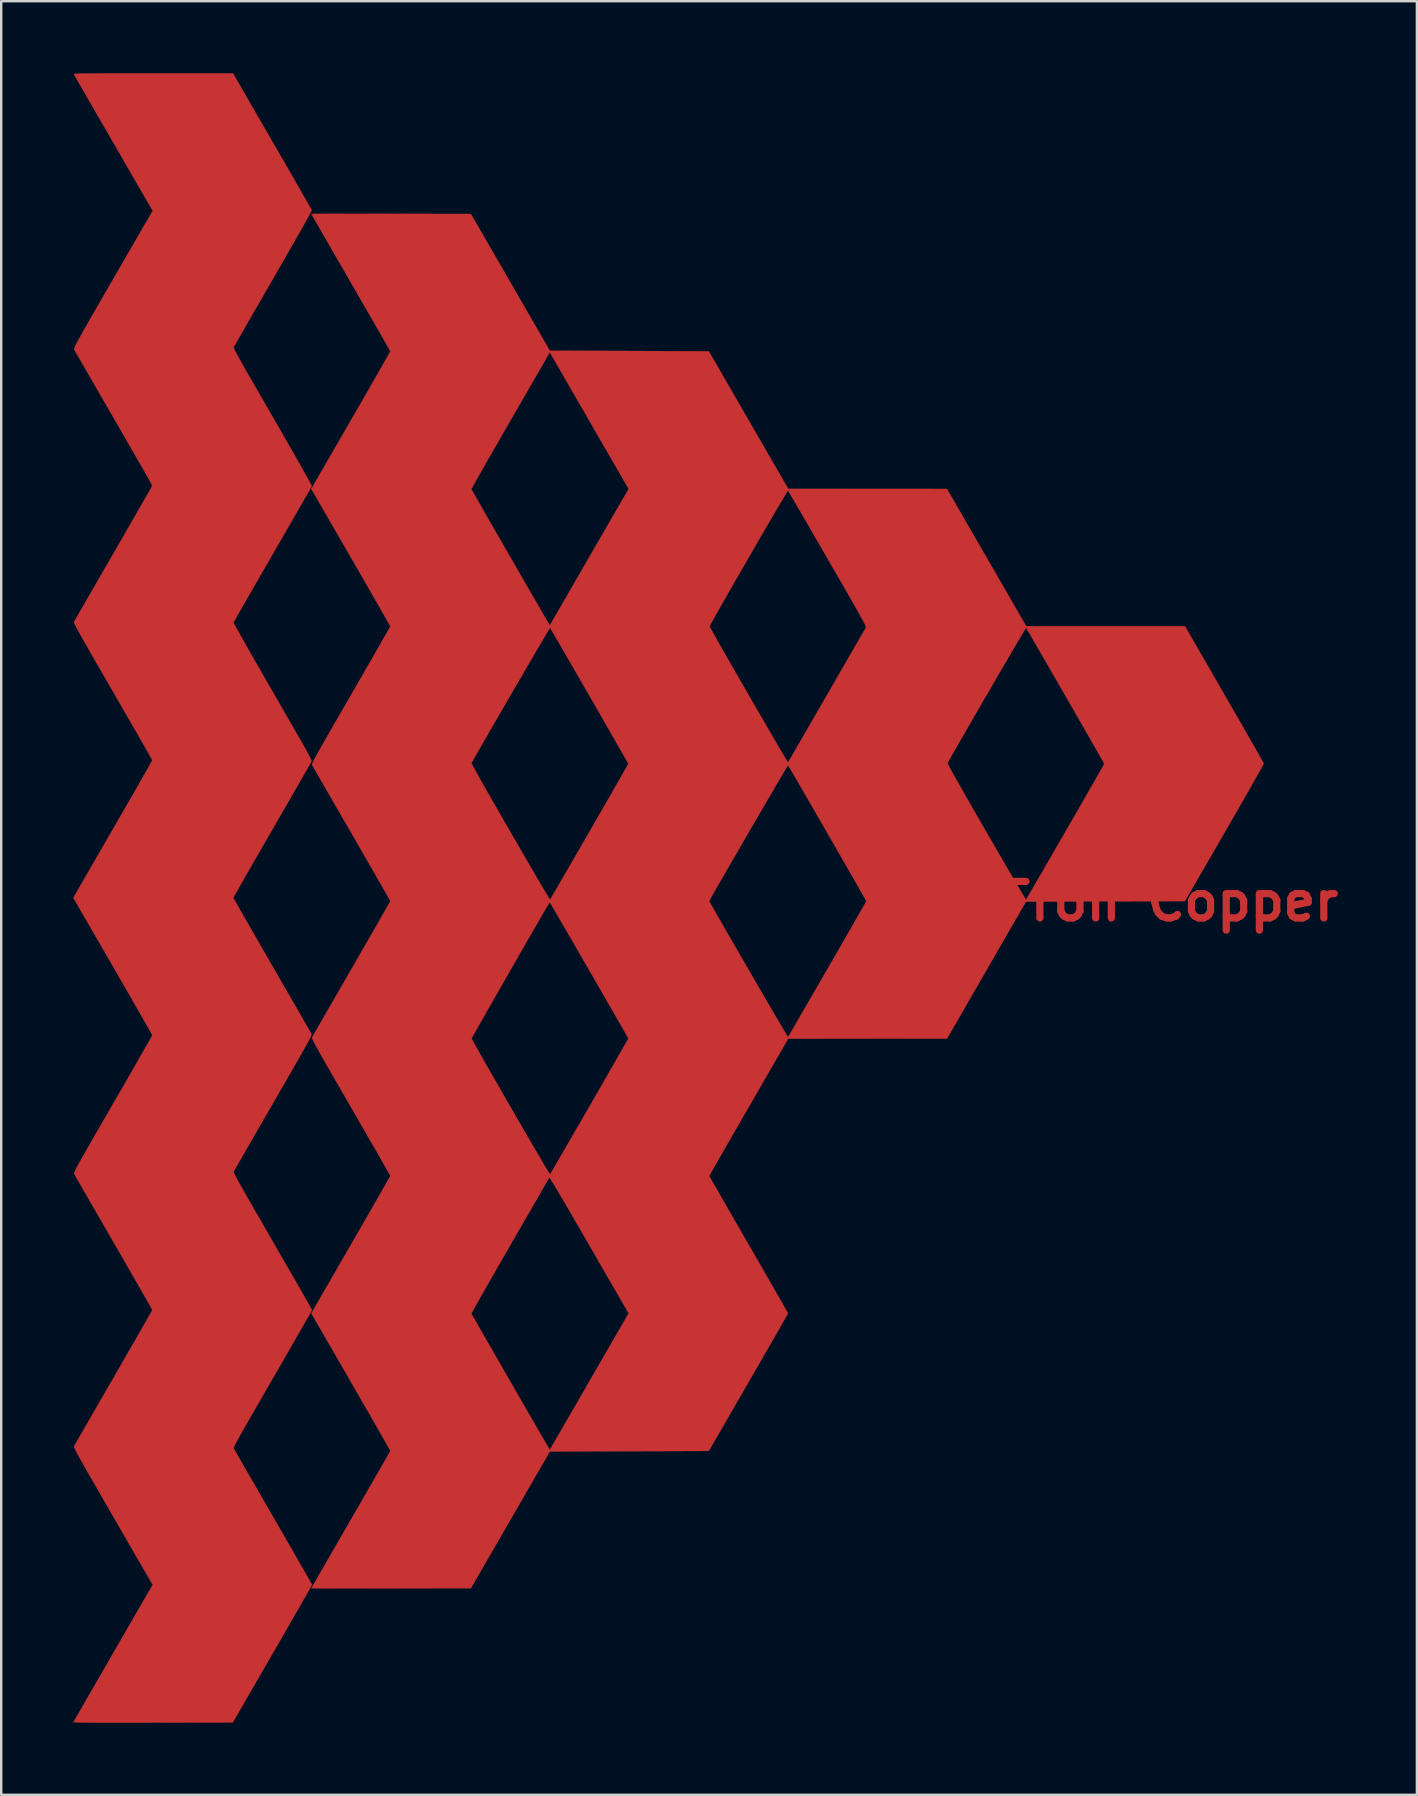
<source format=kicad_pcb>
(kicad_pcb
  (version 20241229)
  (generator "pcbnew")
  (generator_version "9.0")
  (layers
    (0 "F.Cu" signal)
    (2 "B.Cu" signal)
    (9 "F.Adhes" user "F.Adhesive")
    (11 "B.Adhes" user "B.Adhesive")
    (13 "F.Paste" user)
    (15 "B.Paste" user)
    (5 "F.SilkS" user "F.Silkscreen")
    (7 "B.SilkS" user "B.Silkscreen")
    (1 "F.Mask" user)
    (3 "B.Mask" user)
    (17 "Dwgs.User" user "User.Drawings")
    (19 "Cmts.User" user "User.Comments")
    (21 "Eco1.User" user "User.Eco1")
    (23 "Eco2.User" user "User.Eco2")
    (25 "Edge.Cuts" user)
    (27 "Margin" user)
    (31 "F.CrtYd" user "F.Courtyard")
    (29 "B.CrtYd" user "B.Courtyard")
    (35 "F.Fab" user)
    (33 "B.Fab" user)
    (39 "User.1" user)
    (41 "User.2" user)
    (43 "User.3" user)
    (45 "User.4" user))
  (footprint "Fron Copper"
    (layer "F.Cu")
    (at 45.647 34.507)
    (property "Reference" "Fron Copper" (at 0 0 0) (layer "F.Cu") (effects (font (size 1.524 1.524) (thickness 0.3))))
    (attr through_hole)
    (fp_poly (pts (xy -42.315 -34.502) (xy -38.99 -34.502) (xy -37.358 -31.673) (xy -37.156 -31.323) (xy -36.961 -30.985) (xy -36.775 -30.662) (xy -36.598 -30.355) (xy -36.433 -30.069) (xy -36.281 -29.804) (xy -36.144 -29.565) (xy -36.023 -29.354) (xy -35.919 -29.173) (xy -35.834 -29.024) (xy -35.77 -28.912) (xy -35.729 -28.838) (xy -35.711 -28.805) (xy -35.71 -28.804) (xy -35.72 -28.775) (xy -35.756 -28.703) (xy -35.817 -28.587) (xy -35.903 -28.429) (xy -36.015 -28.23) (xy -36.15 -27.988) (xy -36.311 -27.705) (xy -36.495 -27.381) (xy -36.704 -27.017) (xy -36.936 -26.613) (xy -37.192 -26.169) (xy -37.31 -25.963) (xy -37.512 -25.615) (xy -37.706 -25.278) (xy -37.892 -24.955) (xy -38.068 -24.649) (xy -38.233 -24.363) (xy -38.385 -24.099) (xy -38.522 -23.86) (xy -38.644 -23.649) (xy -38.747 -23.468) (xy -38.832 -23.32) (xy -38.895 -23.208) (xy -38.937 -23.135) (xy -38.955 -23.102) (xy -38.955 -23.102) (xy -38.958 -23.09) (xy -38.956 -23.073) (xy -38.949 -23.047) (xy -38.935 -23.012) (xy -38.914 -22.964) (xy -38.883 -22.901) (xy -38.841 -22.822) (xy -38.788 -22.723) (xy -38.722 -22.603) (xy -38.641 -22.459) (xy -38.545 -22.289) (xy -38.433 -22.091) (xy -38.302 -21.862) (xy -38.152 -21.601) (xy -37.982 -21.305) (xy -37.789 -20.971) (xy -37.574 -20.598) (xy -37.338 -20.189) (xy -37.136 -19.838) (xy -36.941 -19.499) (xy -36.755 -19.174) (xy -36.579 -18.867) (xy -36.415 -18.579) (xy -36.264 -18.314) (xy -36.128 -18.074) (xy -36.008 -17.861) (xy -35.906 -17.679) (xy -35.824 -17.53) (xy -35.762 -17.416) (xy -35.722 -17.34) (xy -35.706 -17.306) (xy -35.706 -17.304) (xy -35.72 -17.278) (xy -35.758 -17.211) (xy -35.818 -17.104) (xy -35.9 -16.962) (xy -36 -16.787) (xy -36.119 -16.581) (xy -36.254 -16.346) (xy -36.403 -16.086) (xy -36.566 -15.804) (xy -36.741 -15.501) (xy -36.925 -15.181) (xy -37.119 -14.846) (xy -37.319 -14.499) (xy -37.339 -14.463) (xy -37.54 -14.115) (xy -37.735 -13.778) (xy -37.92 -13.456) (xy -38.095 -13.152) (xy -38.259 -12.867) (xy -38.41 -12.604) (xy -38.546 -12.367) (xy -38.666 -12.157) (xy -38.768 -11.978) (xy -38.851 -11.832) (xy -38.913 -11.722) (xy -38.953 -11.651) (xy -38.969 -11.62) (xy -38.97 -11.619) (xy -38.958 -11.593) (xy -38.923 -11.525) (xy -38.865 -11.419) (xy -38.786 -11.277) (xy -38.688 -11.101) (xy -38.572 -10.894) (xy -38.439 -10.659) (xy -38.291 -10.398) (xy -38.129 -10.115) (xy -37.955 -9.811) (xy -37.771 -9.49) (xy -37.578 -9.154) (xy -37.377 -8.805) (xy -37.336 -8.735) (xy -37.097 -8.32) (xy -36.882 -7.947) (xy -36.689 -7.613) (xy -36.519 -7.317) (xy -36.369 -7.055) (xy -36.238 -6.826) (xy -36.125 -6.628) (xy -36.03 -6.459) (xy -35.949 -6.315) (xy -35.884 -6.195) (xy -35.831 -6.097) (xy -35.79 -6.018) (xy -35.759 -5.956) (xy -35.738 -5.909) (xy -35.725 -5.875) (xy -35.719 -5.851) (xy -35.719 -5.836) (xy -35.721 -5.83) (xy -35.736 -5.801) (xy -35.776 -5.73) (xy -35.838 -5.621) (xy -35.921 -5.476) (xy -36.024 -5.298) (xy -36.144 -5.089) (xy -36.28 -4.852) (xy -36.43 -4.59) (xy -36.594 -4.305) (xy -36.77 -4.001) (xy -36.955 -3.68) (xy -37.149 -3.344) (xy -37.349 -2.996) (xy -37.363 -2.973) (xy -37.563 -2.626) (xy -37.756 -2.29) (xy -37.941 -1.97) (xy -38.116 -1.666) (xy -38.278 -1.383) (xy -38.428 -1.122) (xy -38.563 -0.887) (xy -38.681 -0.679) (xy -38.782 -0.502) (xy -38.863 -0.358) (xy -38.924 -0.251) (xy -38.963 -0.181) (xy -38.977 -0.153) (xy -38.977 -0.152) (xy -38.965 -0.128) (xy -38.928 -0.062) (xy -38.869 0.043) (xy -38.79 0.184) (xy -38.69 0.358) (xy -38.573 0.563) (xy -38.44 0.796) (xy -38.291 1.055) (xy -38.13 1.337) (xy -37.956 1.639) (xy -37.772 1.958) (xy -37.58 2.292) (xy -37.38 2.639) (xy -37.362 2.67) (xy -37.161 3.018) (xy -36.967 3.355) (xy -36.781 3.677) (xy -36.605 3.983) (xy -36.44 4.269) (xy -36.288 4.532) (xy -36.151 4.771) (xy -36.03 4.982) (xy -35.927 5.162) (xy -35.842 5.309) (xy -35.779 5.421) (xy -35.738 5.494) (xy -35.72 5.526) (xy -35.72 5.526) (xy -35.718 5.538) (xy -35.721 5.558) (xy -35.731 5.588) (xy -35.749 5.629) (xy -35.775 5.685) (xy -35.812 5.757) (xy -35.86 5.848) (xy -35.921 5.96) (xy -35.996 6.095) (xy -36.087 6.256) (xy -36.194 6.444) (xy -36.318 6.663) (xy -36.462 6.913) (xy -36.626 7.199) (xy -36.811 7.52) (xy -37.019 7.881) (xy -37.251 8.283) (xy -37.309 8.384) (xy -37.511 8.733) (xy -37.705 9.07) (xy -37.891 9.393) (xy -38.067 9.699) (xy -38.232 9.985) (xy -38.384 10.249) (xy -38.521 10.488) (xy -38.643 10.699) (xy -38.746 10.88) (xy -38.831 11.028) (xy -38.895 11.14) (xy -38.937 11.214) (xy -38.954 11.246) (xy -38.955 11.247) (xy -38.958 11.259) (xy -38.956 11.276) (xy -38.95 11.3) (xy -38.937 11.334) (xy -38.917 11.38) (xy -38.887 11.441) (xy -38.847 11.517) (xy -38.796 11.613) (xy -38.731 11.73) (xy -38.653 11.87) (xy -38.56 12.036) (xy -38.449 12.23) (xy -38.321 12.454) (xy -38.175 12.71) (xy -38.007 13.001) (xy -37.818 13.329) (xy -37.607 13.696) (xy -37.371 14.104) (xy -37.341 14.157) (xy -37.138 14.507) (xy -36.943 14.846) (xy -36.757 15.169) (xy -36.58 15.476) (xy -36.416 15.762) (xy -36.264 16.026) (xy -36.127 16.264) (xy -36.007 16.475) (xy -35.903 16.656) (xy -35.82 16.803) (xy -35.756 16.915) (xy -35.715 16.988) (xy -35.698 17.021) (xy -35.697 17.022) (xy -35.71 17.046) (xy -35.746 17.112) (xy -35.805 17.216) (xy -35.885 17.357) (xy -35.984 17.531) (xy -36.102 17.735) (xy -36.235 17.969) (xy -36.384 18.228) (xy -36.546 18.51) (xy -36.72 18.812) (xy -36.905 19.133) (xy -37.098 19.468) (xy -37.299 19.817) (xy -37.34 19.888) (xy -37.579 20.302) (xy -37.794 20.674) (xy -37.986 21.006) (xy -38.155 21.302) (xy -38.305 21.562) (xy -38.435 21.79) (xy -38.547 21.987) (xy -38.643 22.156) (xy -38.723 22.3) (xy -38.789 22.419) (xy -38.842 22.517) (xy -38.883 22.597) (xy -38.914 22.659) (xy -38.935 22.707) (xy -38.949 22.742) (xy -38.956 22.767) (xy -38.958 22.785) (xy -38.955 22.797) (xy -38.955 22.797) (xy -38.939 22.827) (xy -38.899 22.898) (xy -38.836 23.007) (xy -38.753 23.153) (xy -38.651 23.332) (xy -38.531 23.541) (xy -38.394 23.778) (xy -38.243 24.04) (xy -38.079 24.325) (xy -37.904 24.63) (xy -37.719 24.951) (xy -37.525 25.287) (xy -37.324 25.635) (xy -37.312 25.657) (xy -37.111 26.004) (xy -36.918 26.339) (xy -36.733 26.66) (xy -36.559 26.963) (xy -36.396 27.246) (xy -36.247 27.506) (xy -36.112 27.741) (xy -35.993 27.948) (xy -35.893 28.125) (xy -35.811 28.268) (xy -35.75 28.375) (xy -35.712 28.444) (xy -35.697 28.472) (xy -35.697 28.472) (xy -35.71 28.496) (xy -35.746 28.562) (xy -35.805 28.666) (xy -35.885 28.806) (xy -35.984 28.98) (xy -36.102 29.185) (xy -36.235 29.419) (xy -36.384 29.678) (xy -36.546 29.96) (xy -36.721 30.263) (xy -36.905 30.584) (xy -37.099 30.92) (xy -37.3 31.268) (xy -37.348 31.351) (xy -38.999 34.21) (xy -42.321 34.216) (xy -42.815 34.217) (xy -43.259 34.218) (xy -43.657 34.218) (xy -44.011 34.218) (xy -44.323 34.218) (xy -44.596 34.217) (xy -44.831 34.216) (xy -45.03 34.215) (xy -45.197 34.213) (xy -45.333 34.211) (xy -45.441 34.208) (xy -45.522 34.205) (xy -45.579 34.202) (xy -45.615 34.198) (xy -45.63 34.193) (xy -45.632 34.19) (xy -45.618 34.165) (xy -45.58 34.098) (xy -45.519 33.992) (xy -45.438 33.85) (xy -45.337 33.675) (xy -45.219 33.468) (xy -45.084 33.234) (xy -44.934 32.974) (xy -44.771 32.691) (xy -44.596 32.387) (xy -44.411 32.066) (xy -44.217 31.73) (xy -44.016 31.381) (xy -43.977 31.313) (xy -42.334 28.468) (xy -42.382 28.39) (xy -42.401 28.358) (xy -42.443 28.285) (xy -42.508 28.174) (xy -42.593 28.027) (xy -42.698 27.846) (xy -42.82 27.635) (xy -42.958 27.397) (xy -43.11 27.133) (xy -43.275 26.847) (xy -43.452 26.542) (xy -43.638 26.22) (xy -43.832 25.884) (xy -44.032 25.536) (xy -44.035 25.532) (xy -44.271 25.122) (xy -44.484 24.754) (xy -44.673 24.425) (xy -44.841 24.134) (xy -44.988 23.877) (xy -45.115 23.653) (xy -45.225 23.459) (xy -45.318 23.294) (xy -45.396 23.155) (xy -45.46 23.039) (xy -45.51 22.944) (xy -45.549 22.869) (xy -45.577 22.811) (xy -45.596 22.767) (xy -45.607 22.735) (xy -45.612 22.714) (xy -45.611 22.7) (xy -45.61 22.697) (xy -45.593 22.669) (xy -45.553 22.599) (xy -45.491 22.49) (xy -45.408 22.345) (xy -45.305 22.167) (xy -45.185 21.959) (xy -45.049 21.723) (xy -44.898 21.461) (xy -44.734 21.177) (xy -44.559 20.873) (xy -44.373 20.551) (xy -44.179 20.216) (xy -43.979 19.868) (xy -43.965 19.845) (xy -43.765 19.497) (xy -43.571 19.162) (xy -43.387 18.841) (xy -43.212 18.537) (xy -43.049 18.254) (xy -42.9 17.993) (xy -42.765 17.757) (xy -42.647 17.55) (xy -42.546 17.373) (xy -42.464 17.229) (xy -42.404 17.121) (xy -42.365 17.051) (xy -42.351 17.023) (xy -42.351 17.022) (xy -42.363 16.998) (xy -42.399 16.931) (xy -42.458 16.827) (xy -42.538 16.686) (xy -42.637 16.511) (xy -42.754 16.306) (xy -42.888 16.073) (xy -43.036 15.814) (xy -43.198 15.532) (xy -43.372 15.23) (xy -43.555 14.911) (xy -43.748 14.577) (xy -43.948 14.23) (xy -43.965 14.2) (xy -44.166 13.852) (xy -44.361 13.515) (xy -44.547 13.193) (xy -44.723 12.888) (xy -44.888 12.602) (xy -45.039 12.339) (xy -45.177 12.101) (xy -45.298 11.89) (xy -45.401 11.71) (xy -45.486 11.563) (xy -45.55 11.452) (xy -45.591 11.38) (xy -45.609 11.348) (xy -45.609 11.348) (xy -45.612 11.336) (xy -45.609 11.318) (xy -45.6 11.29) (xy -45.584 11.25) (xy -45.558 11.196) (xy -45.523 11.127) (xy -45.476 11.039) (xy -45.417 10.93) (xy -45.344 10.799) (xy -45.256 10.642) (xy -45.152 10.459) (xy -45.031 10.246) (xy -44.89 10.001) (xy -44.73 9.722) (xy -44.549 9.407) (xy -44.345 9.053) (xy -44.117 8.659) (xy -43.996 8.449) (xy -43.793 8.099) (xy -43.598 7.76) (xy -43.411 7.436) (xy -43.235 7.13) (xy -43.07 6.843) (xy -42.919 6.579) (xy -42.782 6.34) (xy -42.661 6.128) (xy -42.558 5.947) (xy -42.474 5.799) (xy -42.41 5.687) (xy -42.369 5.612) (xy -42.352 5.579) (xy -42.352 5.578) (xy -42.364 5.552) (xy -42.4 5.486) (xy -42.459 5.381) (xy -42.539 5.239) (xy -42.638 5.064) (xy -42.755 4.858) (xy -42.889 4.624) (xy -43.038 4.364) (xy -43.2 4.082) (xy -43.374 3.778) (xy -43.559 3.457) (xy -43.752 3.121) (xy -43.953 2.773) (xy -43.996 2.698) (xy -45.642 -0.152) (xy -43.996 -3.003) (xy -43.794 -3.354) (xy -43.598 -3.693) (xy -43.412 -4.017) (xy -43.235 -4.324) (xy -43.07 -4.612) (xy -42.919 -4.876) (xy -42.782 -5.116) (xy -42.661 -5.328) (xy -42.558 -5.51) (xy -42.474 -5.659) (xy -42.411 -5.772) (xy -42.37 -5.847) (xy -42.352 -5.881) (xy -42.352 -5.882) (xy -42.364 -5.908) (xy -42.401 -5.974) (xy -42.46 -6.079) (xy -42.54 -6.221) (xy -42.64 -6.396) (xy -42.757 -6.602) (xy -42.891 -6.836) (xy -43.04 -7.095) (xy -43.203 -7.378) (xy -43.377 -7.681) (xy -43.562 -8.002) (xy -43.755 -8.338) (xy -43.957 -8.686) (xy -43.996 -8.754) (xy -44.236 -9.169) (xy -44.451 -9.542) (xy -44.643 -9.875) (xy -44.814 -10.171) (xy -44.964 -10.433) (xy -45.094 -10.661) (xy -45.207 -10.859) (xy -45.303 -11.028) (xy -45.383 -11.172) (xy -45.448 -11.291) (xy -45.501 -11.389) (xy -45.542 -11.467) (xy -45.572 -11.529) (xy -45.593 -11.575) (xy -45.606 -11.609) (xy -45.611 -11.632) (xy -45.611 -11.647) (xy -45.61 -11.652) (xy -45.593 -11.681) (xy -45.553 -11.751) (xy -45.491 -11.86) (xy -45.408 -12.004) (xy -45.305 -12.182) (xy -45.185 -12.391) (xy -45.049 -12.627) (xy -44.898 -12.889) (xy -44.734 -13.173) (xy -44.559 -13.477) (xy -44.373 -13.798) (xy -44.179 -14.134) (xy -43.979 -14.482) (xy -43.965 -14.505) (xy -43.765 -14.853) (xy -43.571 -15.188) (xy -43.387 -15.509) (xy -43.212 -15.812) (xy -43.049 -16.096) (xy -42.9 -16.357) (xy -42.765 -16.592) (xy -42.647 -16.8) (xy -42.546 -16.977) (xy -42.464 -17.121) (xy -42.404 -17.229) (xy -42.365 -17.299) (xy -42.351 -17.327) (xy -42.351 -17.327) (xy -42.363 -17.352) (xy -42.4 -17.418) (xy -42.458 -17.523) (xy -42.538 -17.664) (xy -42.637 -17.839) (xy -42.755 -18.044) (xy -42.888 -18.277) (xy -43.036 -18.536) (xy -43.198 -18.818) (xy -43.372 -19.119) (xy -43.556 -19.439) (xy -43.748 -19.773) (xy -43.948 -20.12) (xy -43.965 -20.15) (xy -44.166 -20.498) (xy -44.361 -20.835) (xy -44.547 -21.157) (xy -44.723 -21.462) (xy -44.888 -21.748) (xy -45.039 -22.011) (xy -45.177 -22.249) (xy -45.298 -22.46) (xy -45.401 -22.64) (xy -45.486 -22.786) (xy -45.55 -22.897) (xy -45.591 -22.97) (xy -45.609 -23.001) (xy -45.609 -23.002) (xy -45.612 -23.014) (xy -45.609 -23.032) (xy -45.6 -23.06) (xy -45.583 -23.1) (xy -45.558 -23.154) (xy -45.522 -23.225) (xy -45.475 -23.313) (xy -45.416 -23.423) (xy -45.342 -23.556) (xy -45.254 -23.713) (xy -45.149 -23.899) (xy -45.026 -24.114) (xy -44.884 -24.361) (xy -44.723 -24.643) (xy -44.54 -24.961) (xy -44.334 -25.318) (xy -44.104 -25.716) (xy -44.034 -25.837) (xy -43.834 -26.185) (xy -43.64 -26.521) (xy -43.453 -26.843) (xy -43.277 -27.149) (xy -43.112 -27.435) (xy -42.959 -27.699) (xy -42.821 -27.938) (xy -42.699 -28.149) (xy -42.594 -28.33) (xy -42.509 -28.477) (xy -42.444 -28.589) (xy -42.401 -28.662) (xy -42.383 -28.694) (xy -42.382 -28.695) (xy -42.335 -28.773) (xy -43.963 -31.593) (xy -44.165 -31.943) (xy -44.36 -32.28) (xy -44.547 -32.604) (xy -44.723 -32.91) (xy -44.889 -33.196) (xy -45.041 -33.46) (xy -45.179 -33.699) (xy -45.301 -33.91) (xy -45.405 -34.091) (xy -45.49 -34.239) (xy -45.555 -34.351) (xy -45.597 -34.424) (xy -45.616 -34.457) (xy -45.616 -34.458) (xy -45.618 -34.464) (xy -45.614 -34.47) (xy -45.601 -34.475) (xy -45.578 -34.48) (xy -45.542 -34.484) (xy -45.49 -34.487) (xy -45.419 -34.49) (xy -45.327 -34.493) (xy -45.212 -34.495) (xy -45.071 -34.497) (xy -44.901 -34.498) (xy -44.7 -34.5) (xy -44.466 -34.5) (xy -44.196 -34.501) (xy -43.886 -34.502) (xy -43.536 -34.502) (xy -43.142 -34.502) (xy -42.701 -34.502) (xy -42.315 -34.502)) (stroke (width 0.01) (type solid)) (fill yes) (layer "F.Cu"))
    (fp_poly (pts (xy -33.676 -28.65) (xy -33.307 -28.65) (xy -32.919 -28.649) (xy -32.516 -28.648) (xy -32.4 -28.648) (xy -29.078 -28.642) (xy -27.434 -25.794) (xy -25.79 -22.946) (xy -22.477 -22.934) (xy -19.165 -22.921) (xy -17.51 -20.054) (xy -15.854 -17.188) (xy -9.242 -17.187) (xy -5.941 -11.467) (xy -2.634 -11.466) (xy 0.674 -11.466) (xy 2.311 -8.627) (xy 2.513 -8.276) (xy 2.708 -7.938) (xy 2.894 -7.613) (xy 3.071 -7.306) (xy 3.236 -7.019) (xy 3.387 -6.754) (xy 3.524 -6.514) (xy 3.645 -6.302) (xy 3.749 -6.12) (xy 3.833 -5.972) (xy 3.897 -5.858) (xy 3.938 -5.784) (xy 3.956 -5.75) (xy 3.957 -5.748) (xy 3.945 -5.722) (xy 3.91 -5.654) (xy 3.852 -5.547) (xy 3.773 -5.404) (xy 3.674 -5.228) (xy 3.557 -5.021) (xy 3.424 -4.786) (xy 3.276 -4.526) (xy 3.114 -4.242) (xy 2.94 -3.939) (xy 2.755 -3.617) (xy 2.561 -3.281) (xy 2.36 -2.932) (xy 2.319 -2.86) (xy 0.672 -0.013) (xy -5.953 0.013) (xy -7.598 2.866) (xy -9.242 5.719) (xy -12.551 5.72) (xy -15.859 5.721) (xy -17.502 8.567) (xy -17.705 8.918) (xy -17.9 9.256) (xy -18.086 9.58) (xy -18.263 9.887) (xy -18.427 10.173) (xy -18.579 10.438) (xy -18.716 10.677) (xy -18.836 10.888) (xy -18.939 11.069) (xy -19.023 11.217) (xy -19.086 11.329) (xy -19.127 11.403) (xy -19.145 11.436) (xy -19.145 11.438) (xy -19.133 11.462) (xy -19.096 11.528) (xy -19.038 11.633) (xy -18.958 11.774) (xy -18.858 11.949) (xy -18.741 12.154) (xy -18.607 12.388) (xy -18.459 12.647) (xy -18.297 12.929) (xy -18.122 13.232) (xy -17.938 13.552) (xy -17.744 13.888) (xy -17.544 14.236) (xy -17.505 14.302) (xy -17.303 14.653) (xy -17.108 14.991) (xy -16.922 15.314) (xy -16.746 15.62) (xy -16.582 15.906) (xy -16.43 16.169) (xy -16.294 16.408) (xy -16.173 16.618) (xy -16.07 16.798) (xy -15.987 16.945) (xy -15.924 17.056) (xy -15.883 17.129) (xy -15.866 17.161) (xy -15.865 17.162) (xy -15.878 17.186) (xy -15.914 17.252) (xy -15.973 17.356) (xy -16.053 17.496) (xy -16.152 17.67) (xy -16.27 17.875) (xy -16.404 18.108) (xy -16.552 18.368) (xy -16.715 18.65) (xy -16.889 18.952) (xy -17.074 19.273) (xy -17.267 19.609) (xy -17.468 19.958) (xy -17.515 20.039) (xy -19.165 22.896) (xy -22.477 22.908) (xy -25.79 22.921) (xy -27.434 25.769) (xy -29.078 28.616) (xy -32.4 28.623) (xy -32.807 28.623) (xy -33.199 28.624) (xy -33.574 28.624) (xy -33.929 28.624) (xy -34.261 28.624) (xy -34.566 28.624) (xy -34.842 28.624) (xy -35.086 28.623) (xy -35.295 28.623) (xy -35.466 28.622) (xy -35.596 28.621) (xy -35.682 28.62) (xy -35.721 28.618) (xy -35.723 28.618) (xy -35.71 28.595) (xy -35.674 28.53) (xy -35.615 28.427) (xy -35.535 28.288) (xy -35.436 28.115) (xy -35.318 27.911) (xy -35.185 27.678) (xy -35.036 27.42) (xy -34.874 27.139) (xy -34.7 26.837) (xy -34.515 26.517) (xy -34.322 26.182) (xy -34.121 25.834) (xy -34.08 25.764) (xy -33.877 25.413) (xy -33.682 25.075) (xy -33.496 24.751) (xy -33.319 24.444) (xy -33.154 24.158) (xy -33.003 23.893) (xy -32.866 23.654) (xy -32.745 23.443) (xy -32.642 23.262) (xy -32.558 23.114) (xy -32.495 23.001) (xy -32.454 22.927) (xy -32.436 22.894) (xy -32.436 22.892) (xy -32.448 22.867) (xy -32.484 22.8) (xy -32.543 22.695) (xy -32.623 22.554) (xy -32.722 22.379) (xy -32.839 22.173) (xy -32.973 21.939) (xy -33.122 21.679) (xy -33.284 21.396) (xy -33.458 21.093) (xy -33.643 20.772) (xy -33.836 20.436) (xy -34.037 20.087) (xy -34.08 20.013) (xy -35.718 17.176) (xy -29.056 17.176) (xy -29.056 17.176) (xy -29.043 17.201) (xy -29.006 17.267) (xy -28.948 17.37) (xy -28.87 17.507) (xy -28.774 17.675) (xy -28.661 17.872) (xy -28.535 18.093) (xy -28.396 18.336) (xy -28.246 18.597) (xy -28.087 18.874) (xy -27.921 19.162) (xy -27.75 19.46) (xy -27.575 19.763) (xy -27.399 20.069) (xy -27.223 20.374) (xy -27.05 20.675) (xy -26.88 20.97) (xy -26.716 21.254) (xy -26.559 21.526) (xy -26.412 21.78) (xy -26.276 22.015) (xy -26.153 22.228) (xy -26.045 22.414) (xy -25.953 22.572) (xy -25.88 22.696) (xy -25.828 22.786) (xy -25.797 22.837) (xy -25.79 22.848) (xy -25.777 22.826) (xy -25.74 22.762) (xy -25.681 22.66) (xy -25.601 22.522) (xy -25.501 22.35) (xy -25.383 22.146) (xy -25.249 21.915) (xy -25.101 21.657) (xy -24.938 21.377) (xy -24.764 21.075) (xy -24.58 20.756) (xy -24.386 20.421) (xy -24.186 20.073) (xy -24.145 20.003) (xy -22.505 17.162) (xy -24.149 14.315) (xy -24.395 13.888) (xy -24.618 13.503) (xy -24.817 13.159) (xy -24.995 12.854) (xy -25.152 12.585) (xy -25.289 12.351) (xy -25.407 12.15) (xy -25.508 11.98) (xy -25.593 11.84) (xy -25.662 11.727) (xy -25.717 11.64) (xy -25.759 11.577) (xy -25.788 11.535) (xy -25.807 11.514) (xy -25.816 11.511) (xy -25.816 11.512) (xy -25.832 11.539) (xy -25.871 11.608) (xy -25.933 11.715) (xy -26.015 11.858) (xy -26.117 12.034) (xy -26.237 12.242) (xy -26.372 12.477) (xy -26.522 12.738) (xy -26.686 13.021) (xy -26.861 13.324) (xy -27.046 13.645) (xy -27.239 13.98) (xy -27.439 14.327) (xy -27.452 14.349) (xy -27.652 14.696) (xy -27.845 15.032) (xy -28.03 15.353) (xy -28.203 15.657) (xy -28.366 15.94) (xy -28.514 16.202) (xy -28.648 16.438) (xy -28.766 16.646) (xy -28.866 16.823) (xy -28.946 16.968) (xy -29.006 17.077) (xy -29.043 17.147) (xy -29.056 17.176) (xy -35.718 17.176) (xy -35.726 17.162) (xy -34.08 14.312) (xy -33.878 13.961) (xy -33.682 13.622) (xy -33.496 13.297) (xy -33.319 12.99) (xy -33.154 12.703) (xy -33.003 12.438) (xy -32.866 12.198) (xy -32.745 11.986) (xy -32.642 11.805) (xy -32.558 11.656) (xy -32.495 11.543) (xy -32.454 11.468) (xy -32.436 11.434) (xy -32.436 11.432) (xy -32.448 11.407) (xy -32.485 11.34) (xy -32.544 11.235) (xy -32.624 11.094) (xy -32.724 10.919) (xy -32.841 10.713) (xy -32.975 10.479) (xy -33.124 10.219) (xy -33.287 9.937) (xy -33.461 9.634) (xy -33.646 9.313) (xy -33.839 8.977) (xy -34.041 8.629) (xy -34.08 8.56) (xy -34.32 8.146) (xy -34.535 7.772) (xy -34.727 7.439) (xy -34.898 7.142) (xy -35.048 6.881) (xy -35.179 6.652) (xy -35.291 6.455) (xy -35.387 6.285) (xy -35.467 6.142) (xy -35.533 6.022) (xy -35.585 5.924) (xy -35.626 5.846) (xy -35.656 5.784) (xy -35.677 5.738) (xy -35.688 5.708) (xy -29.047 5.708) (xy -29.035 5.736) (xy -28.999 5.805) (xy -28.942 5.911) (xy -28.864 6.05) (xy -28.769 6.221) (xy -28.657 6.419) (xy -28.531 6.641) (xy -28.392 6.885) (xy -28.242 7.147) (xy -28.084 7.425) (xy -27.918 7.713) (xy -27.747 8.011) (xy -27.573 8.314) (xy -27.396 8.62) (xy -27.22 8.924) (xy -27.046 9.225) (xy -26.876 9.518) (xy -26.712 9.801) (xy -26.555 10.071) (xy -26.407 10.324) (xy -26.27 10.557) (xy -26.147 10.767) (xy -26.038 10.951) (xy -25.946 11.106) (xy -25.872 11.228) (xy -25.818 11.315) (xy -25.787 11.363) (xy -25.779 11.372) (xy -25.764 11.348) (xy -25.725 11.282) (xy -25.664 11.178) (xy -25.582 11.038) (xy -25.481 10.864) (xy -25.362 10.659) (xy -25.227 10.426) (xy -25.078 10.168) (xy -24.915 9.886) (xy -24.74 9.584) (xy -24.555 9.265) (xy -24.362 8.93) (xy -24.162 8.583) (xy -24.139 8.544) (xy -23.938 8.196) (xy -23.745 7.86) (xy -23.56 7.538) (xy -23.385 7.234) (xy -23.222 6.95) (xy -23.072 6.688) (xy -22.937 6.451) (xy -22.818 6.243) (xy -22.716 6.064) (xy -22.635 5.92) (xy -22.573 5.81) (xy -22.534 5.74) (xy -22.519 5.71) (xy -22.519 5.709) (xy -22.532 5.685) (xy -22.568 5.62) (xy -22.626 5.517) (xy -22.703 5.38) (xy -22.799 5.212) (xy -22.911 5.016) (xy -23.037 4.795) (xy -23.176 4.553) (xy -23.326 4.292) (xy -23.485 4.016) (xy -23.651 3.727) (xy -23.822 3.43) (xy -23.997 3.127) (xy -24.173 2.821) (xy -24.35 2.516) (xy -24.524 2.214) (xy -24.694 1.919) (xy -24.859 1.634) (xy -25.016 1.363) (xy -25.164 1.108) (xy -25.301 0.872) (xy -25.425 0.659) (xy -25.534 0.471) (xy -25.627 0.313) (xy -25.701 0.187) (xy -25.755 0.096) (xy -25.786 0.043) (xy -25.795 0.031) (xy -25.813 0.06) (xy -25.855 0.13) (xy -25.918 0.237) (xy -26.001 0.378) (xy -26.101 0.55) (xy -26.217 0.75) (xy -26.346 0.975) (xy -26.488 1.221) (xy -26.64 1.485) (xy -26.801 1.764) (xy -26.968 2.055) (xy -27.14 2.354) (xy -27.315 2.659) (xy -27.491 2.966) (xy -27.666 3.272) (xy -27.839 3.574) (xy -28.007 3.869) (xy -28.169 4.152) (xy -28.323 4.422) (xy -28.467 4.675) (xy -28.599 4.908) (xy -28.718 5.118) (xy -28.822 5.3) (xy -28.908 5.453) (xy -28.975 5.573) (xy -29.021 5.657) (xy -29.045 5.702) (xy -29.047 5.708) (xy -35.688 5.708) (xy -35.69 5.705) (xy -35.695 5.682) (xy -35.695 5.667) (xy -35.694 5.662) (xy -35.677 5.633) (xy -35.637 5.563) (xy -35.575 5.455) (xy -35.492 5.31) (xy -35.389 5.132) (xy -35.269 4.924) (xy -35.133 4.687) (xy -34.982 4.426) (xy -34.818 4.142) (xy -34.643 3.838) (xy -34.457 3.516) (xy -34.264 3.181) (xy -34.063 2.833) (xy -34.049 2.81) (xy -33.849 2.462) (xy -33.656 2.126) (xy -33.471 1.806) (xy -33.296 1.502) (xy -33.134 1.219) (xy -32.984 0.958) (xy -32.849 0.722) (xy -32.731 0.515) (xy -32.63 0.338) (xy -32.548 0.194) (xy -32.488 0.086) (xy -32.449 0.016) (xy -32.435 -0.012) (xy -32.435 -0.013) (xy -32.437 -0.018) (xy -19.148 -0.018) (xy -19.136 0.008) (xy -19.1 0.074) (xy -19.043 0.177) (xy -18.965 0.315) (xy -18.87 0.483) (xy -18.758 0.679) (xy -18.631 0.9) (xy -18.492 1.143) (xy -18.342 1.404) (xy -18.183 1.68) (xy -18.017 1.968) (xy -17.845 2.265) (xy -17.67 2.568) (xy -17.493 2.873) (xy -17.316 3.178) (xy -17.141 3.479) (xy -16.97 3.773) (xy -16.805 4.057) (xy -16.647 4.328) (xy -16.498 4.582) (xy -16.361 4.817) (xy -16.236 5.029) (xy -16.126 5.216) (xy -16.033 5.373) (xy -15.958 5.498) (xy -15.904 5.588) (xy -15.871 5.639) (xy -15.863 5.65) (xy -15.848 5.626) (xy -15.81 5.561) (xy -15.749 5.457) (xy -15.667 5.317) (xy -15.566 5.143) (xy -15.448 4.938) (xy -15.313 4.705) (xy -15.163 4.447) (xy -15 4.165) (xy -14.826 3.863) (xy -14.641 3.544) (xy -14.448 3.209) (xy -14.247 2.862) (xy -14.224 2.822) (xy -14.023 2.474) (xy -13.83 2.138) (xy -13.645 1.816) (xy -13.47 1.512) (xy -13.306 1.227) (xy -13.156 0.966) (xy -13.021 0.729) (xy -12.902 0.52) (xy -12.801 0.342) (xy -12.719 0.197) (xy -12.657 0.088) (xy -12.618 0.018) (xy -12.603 -0.012) (xy -12.603 -0.013) (xy -12.615 -0.037) (xy -12.651 -0.102) (xy -12.709 -0.204) (xy -12.787 -0.341) (xy -12.883 -0.509) (xy -12.995 -0.706) (xy -13.122 -0.927) (xy -13.261 -1.17) (xy -13.411 -1.431) (xy -13.57 -1.708) (xy -13.735 -1.997) (xy -13.907 -2.295) (xy -14.081 -2.598) (xy -14.257 -2.905) (xy -14.433 -3.21) (xy -14.607 -3.512) (xy -14.777 -3.807) (xy -14.941 -4.091) (xy -15.098 -4.362) (xy -15.245 -4.617) (xy -15.381 -4.851) (xy -15.504 -5.063) (xy -15.611 -5.249) (xy -15.702 -5.405) (xy -15.775 -5.529) (xy -15.827 -5.617) (xy -15.856 -5.666) (xy -15.863 -5.676) (xy -15.877 -5.656) (xy -15.914 -5.595) (xy -15.973 -5.497) (xy -16.053 -5.364) (xy -16.15 -5.199) (xy -16.263 -5.007) (xy -16.391 -4.789) (xy -16.531 -4.549) (xy -16.682 -4.291) (xy -16.842 -4.017) (xy -17.009 -3.73) (xy -17.181 -3.435) (xy -17.357 -3.133) (xy -17.534 -2.828) (xy -17.711 -2.523) (xy -17.885 -2.222) (xy -18.056 -1.927) (xy -18.221 -1.642) (xy -18.378 -1.37) (xy -18.526 -1.113) (xy -18.662 -0.876) (xy -18.786 -0.661) (xy -18.894 -0.472) (xy -18.986 -0.311) (xy -19.058 -0.182) (xy -19.111 -0.088) (xy -19.141 -0.032) (xy -19.148 -0.018) (xy -32.437 -0.018) (xy -32.447 -0.037) (xy -32.484 -0.104) (xy -32.542 -0.208) (xy -32.622 -0.349) (xy -32.721 -0.524) (xy -32.839 -0.729) (xy -32.972 -0.962) (xy -33.12 -1.221) (xy -33.282 -1.503) (xy -33.456 -1.805) (xy -33.64 -2.124) (xy -33.832 -2.458) (xy -34.032 -2.805) (xy -34.049 -2.835) (xy -34.251 -3.183) (xy -34.445 -3.52) (xy -34.631 -3.842) (xy -34.807 -4.147) (xy -34.972 -4.433) (xy -35.123 -4.696) (xy -35.261 -4.934) (xy -35.382 -5.145) (xy -35.486 -5.325) (xy -35.57 -5.472) (xy -35.634 -5.583) (xy -35.675 -5.655) (xy -35.693 -5.687) (xy -35.694 -5.687) (xy -35.696 -5.699) (xy -35.693 -5.717) (xy -35.684 -5.745) (xy -35.676 -5.766) (xy -29.05 -5.766) (xy -29.042 -5.741) (xy -29.013 -5.68) (xy -28.963 -5.583) (xy -28.89 -5.449) (xy -28.796 -5.277) (xy -28.678 -5.067) (xy -28.537 -4.817) (xy -28.372 -4.528) (xy -28.184 -4.198) (xy -27.97 -3.826) (xy -27.732 -3.412) (xy -27.469 -2.955) (xy -27.43 -2.888) (xy -27.228 -2.538) (xy -27.034 -2.202) (xy -26.847 -1.881) (xy -26.671 -1.577) (xy -26.506 -1.294) (xy -26.354 -1.034) (xy -26.216 -0.799) (xy -26.094 -0.592) (xy -25.99 -0.416) (xy -25.905 -0.274) (xy -25.841 -0.167) (xy -25.798 -0.099) (xy -25.779 -0.072) (xy -25.779 -0.071) (xy -25.764 -0.095) (xy -25.726 -0.16) (xy -25.665 -0.264) (xy -25.584 -0.404) (xy -25.483 -0.578) (xy -25.365 -0.783) (xy -25.23 -1.016) (xy -25.08 -1.274) (xy -24.917 -1.555) (xy -24.743 -1.857) (xy -24.558 -2.177) (xy -24.365 -2.511) (xy -24.165 -2.858) (xy -24.142 -2.898) (xy -23.941 -3.247) (xy -23.747 -3.583) (xy -23.562 -3.905) (xy -23.387 -4.209) (xy -23.223 -4.494) (xy -23.073 -4.755) (xy -22.938 -4.992) (xy -22.819 -5.201) (xy -22.717 -5.379) (xy -22.635 -5.524) (xy -22.574 -5.633) (xy -22.535 -5.704) (xy -22.519 -5.734) (xy -22.519 -5.734) (xy -22.532 -5.759) (xy -22.535 -5.766) (xy -9.218 -5.766) (xy -9.211 -5.741) (xy -9.183 -5.682) (xy -9.133 -5.587) (xy -9.063 -5.456) (xy -8.97 -5.288) (xy -8.855 -5.082) (xy -8.716 -4.837) (xy -8.555 -4.552) (xy -8.369 -4.228) (xy -8.16 -3.862) (xy -7.925 -3.454) (xy -7.665 -3.003) (xy -7.598 -2.888) (xy -7.397 -2.538) (xy -7.202 -2.202) (xy -7.015 -1.88) (xy -6.839 -1.577) (xy -6.674 -1.294) (xy -6.522 -1.034) (xy -6.384 -0.799) (xy -6.263 -0.592) (xy -6.158 -0.416) (xy -6.073 -0.274) (xy -6.009 -0.167) (xy -5.966 -0.099) (xy -5.948 -0.072) (xy -5.947 -0.071) (xy -5.932 -0.095) (xy -5.894 -0.16) (xy -5.834 -0.264) (xy -5.752 -0.405) (xy -5.651 -0.578) (xy -5.533 -0.783) (xy -5.398 -1.016) (xy -5.248 -1.274) (xy -5.086 -1.555) (xy -4.911 -1.857) (xy -4.727 -2.177) (xy -4.533 -2.511) (xy -4.333 -2.858) (xy -4.31 -2.898) (xy -4.109 -3.247) (xy -3.915 -3.583) (xy -3.73 -3.905) (xy -3.555 -4.209) (xy -3.392 -4.494) (xy -3.242 -4.755) (xy -3.106 -4.992) (xy -2.987 -5.201) (xy -2.886 -5.379) (xy -2.803 -5.524) (xy -2.742 -5.633) (xy -2.703 -5.704) (xy -2.688 -5.734) (xy -2.687 -5.734) (xy -2.7 -5.758) (xy -2.736 -5.823) (xy -2.793 -5.926) (xy -2.871 -6.063) (xy -2.967 -6.232) (xy -3.079 -6.428) (xy -3.206 -6.649) (xy -3.345 -6.892) (xy -3.495 -7.154) (xy -3.653 -7.431) (xy -3.819 -7.72) (xy -3.99 -8.018) (xy -4.165 -8.321) (xy -4.341 -8.627) (xy -4.517 -8.933) (xy -4.691 -9.235) (xy -4.861 -9.529) (xy -5.025 -9.814) (xy -5.182 -10.085) (xy -5.329 -10.339) (xy -5.465 -10.574) (xy -5.588 -10.786) (xy -5.695 -10.971) (xy -5.786 -11.127) (xy -5.859 -11.251) (xy -5.911 -11.339) (xy -5.941 -11.388) (xy -5.947 -11.397) (xy -5.961 -11.377) (xy -5.999 -11.317) (xy -6.058 -11.218) (xy -6.137 -11.086) (xy -6.234 -10.921) (xy -6.348 -10.729) (xy -6.476 -10.511) (xy -6.616 -10.272) (xy -6.767 -10.014) (xy -6.927 -9.74) (xy -7.094 -9.454) (xy -7.266 -9.159) (xy -7.441 -8.857) (xy -7.618 -8.553) (xy -7.794 -8.249) (xy -7.968 -7.949) (xy -8.138 -7.655) (xy -8.303 -7.371) (xy -8.459 -7.099) (xy -8.606 -6.844) (xy -8.742 -6.609) (xy -8.864 -6.395) (xy -8.971 -6.208) (xy -9.062 -6.049) (xy -9.133 -5.922) (xy -9.184 -5.83) (xy -9.213 -5.777) (xy -9.218 -5.766) (xy -22.535 -5.766) (xy -22.568 -5.824) (xy -22.625 -5.926) (xy -22.703 -6.064) (xy -22.799 -6.232) (xy -22.911 -6.428) (xy -23.037 -6.65) (xy -23.177 -6.893) (xy -23.326 -7.154) (xy -23.485 -7.431) (xy -23.651 -7.72) (xy -23.822 -8.018) (xy -23.997 -8.321) (xy -24.173 -8.628) (xy -24.349 -8.933) (xy -24.523 -9.235) (xy -24.693 -9.529) (xy -24.857 -9.814) (xy -25.014 -10.085) (xy -25.161 -10.339) (xy -25.297 -10.574) (xy -25.419 -10.786) (xy -25.527 -10.971) (xy -25.618 -11.127) (xy -25.691 -11.251) (xy -25.743 -11.339) (xy -25.772 -11.388) (xy -25.779 -11.397) (xy -25.793 -11.377) (xy -25.83 -11.317) (xy -25.89 -11.218) (xy -25.969 -11.085) (xy -26.066 -10.921) (xy -26.18 -10.729) (xy -26.307 -10.511) (xy -26.448 -10.272) (xy -26.599 -10.014) (xy -26.759 -9.74) (xy -26.925 -9.454) (xy -27.097 -9.159) (xy -27.273 -8.857) (xy -27.449 -8.553) (xy -27.626 -8.249) (xy -27.8 -7.948) (xy -27.97 -7.655) (xy -28.134 -7.371) (xy -28.291 -7.099) (xy -28.438 -6.844) (xy -28.574 -6.609) (xy -28.696 -6.395) (xy -28.803 -6.208) (xy -28.894 -6.049) (xy -28.965 -5.922) (xy -29.016 -5.83) (xy -29.045 -5.777) (xy -29.05 -5.766) (xy -35.676 -5.766) (xy -35.668 -5.785) (xy -35.642 -5.839) (xy -35.607 -5.909) (xy -35.56 -5.997) (xy -35.501 -6.106) (xy -35.428 -6.237) (xy -35.34 -6.394) (xy -35.236 -6.578) (xy -35.114 -6.791) (xy -34.973 -7.036) (xy -34.813 -7.315) (xy -34.631 -7.631) (xy -34.427 -7.984) (xy -34.199 -8.379) (xy -34.08 -8.586) (xy -33.877 -8.936) (xy -33.682 -9.275) (xy -33.496 -9.599) (xy -33.319 -9.905) (xy -33.154 -10.192) (xy -33.003 -10.456) (xy -32.866 -10.695) (xy -32.745 -10.907) (xy -32.642 -11.088) (xy -32.558 -11.236) (xy -32.495 -11.348) (xy -32.453 -11.422) (xy -32.436 -11.456) (xy -32.436 -11.457) (xy -32.438 -11.462) (xy -19.133 -11.462) (xy -19.12 -11.435) (xy -19.084 -11.367) (xy -19.027 -11.262) (xy -18.949 -11.123) (xy -18.854 -10.953) (xy -18.742 -10.755) (xy -18.616 -10.533) (xy -18.477 -10.289) (xy -18.327 -10.027) (xy -18.169 -9.75) (xy -18.003 -9.461) (xy -17.832 -9.164) (xy -17.657 -8.861) (xy -17.481 -8.555) (xy -17.305 -8.25) (xy -17.131 -7.949) (xy -16.961 -7.655) (xy -16.797 -7.372) (xy -16.64 -7.102) (xy -16.492 -6.848) (xy -16.356 -6.614) (xy -16.232 -6.403) (xy -16.123 -6.218) (xy -16.031 -6.062) (xy -15.957 -5.939) (xy -15.903 -5.851) (xy -15.871 -5.802) (xy -15.863 -5.793) (xy -15.849 -5.816) (xy -15.811 -5.882) (xy -15.75 -5.985) (xy -15.669 -6.125) (xy -15.569 -6.299) (xy -15.45 -6.503) (xy -15.316 -6.736) (xy -15.167 -6.994) (xy -15.005 -7.275) (xy -14.831 -7.576) (xy -14.647 -7.894) (xy -14.455 -8.228) (xy -14.256 -8.573) (xy -14.251 -8.581) (xy -14.051 -8.928) (xy -13.858 -9.263) (xy -13.673 -9.583) (xy -13.498 -9.887) (xy -13.334 -10.171) (xy -13.183 -10.432) (xy -13.047 -10.668) (xy -12.927 -10.876) (xy -12.824 -11.054) (xy -12.74 -11.198) (xy -12.677 -11.307) (xy -12.637 -11.376) (xy -12.62 -11.405) (xy -12.62 -11.405) (xy -12.616 -11.415) (xy -12.617 -11.431) (xy -12.624 -11.456) (xy -12.638 -11.491) (xy -12.659 -11.539) (xy -12.691 -11.602) (xy -12.732 -11.682) (xy -12.786 -11.781) (xy -12.853 -11.903) (xy -12.934 -12.048) (xy -13.031 -12.22) (xy -13.145 -12.42) (xy -13.277 -12.651) (xy -13.429 -12.915) (xy -13.601 -13.215) (xy -13.796 -13.552) (xy -14.013 -13.929) (xy -14.214 -14.278) (xy -14.416 -14.627) (xy -14.611 -14.964) (xy -14.797 -15.286) (xy -14.973 -15.591) (xy -15.138 -15.876) (xy -15.29 -16.138) (xy -15.428 -16.375) (xy -15.549 -16.584) (xy -15.653 -16.762) (xy -15.738 -16.907) (xy -15.802 -17.017) (xy -15.844 -17.088) (xy -15.862 -17.118) (xy -15.863 -17.119) (xy -15.878 -17.1) (xy -15.916 -17.04) (xy -15.976 -16.942) (xy -16.056 -16.81) (xy -16.153 -16.646) (xy -16.267 -16.454) (xy -16.395 -16.236) (xy -16.535 -15.997) (xy -16.686 -15.739) (xy -16.845 -15.465) (xy -17.012 -15.178) (xy -17.183 -14.883) (xy -17.358 -14.581) (xy -17.535 -14.276) (xy -17.711 -13.971) (xy -17.885 -13.669) (xy -18.054 -13.374) (xy -18.218 -13.089) (xy -18.374 -12.817) (xy -18.521 -12.56) (xy -18.656 -12.323) (xy -18.778 -12.107) (xy -18.885 -11.918) (xy -18.976 -11.757) (xy -19.047 -11.628) (xy -19.098 -11.533) (xy -19.127 -11.477) (xy -19.133 -11.462) (xy -32.438 -11.462) (xy -32.448 -11.482) (xy -32.484 -11.549) (xy -32.543 -11.654) (xy -32.623 -11.796) (xy -32.722 -11.971) (xy -32.839 -12.176) (xy -32.973 -12.411) (xy -33.122 -12.67) (xy -33.284 -12.953) (xy -33.458 -13.256) (xy -33.642 -13.577) (xy -33.836 -13.913) (xy -34.037 -14.262) (xy -34.08 -14.337) (xy -35.718 -17.173) (xy -29.056 -17.173) (xy -29.043 -17.148) (xy -29.006 -17.083) (xy -28.948 -16.98) (xy -28.87 -16.842) (xy -28.774 -16.674) (xy -28.661 -16.477) (xy -28.535 -16.256) (xy -28.395 -16.013) (xy -28.245 -15.752) (xy -28.087 -15.476) (xy -27.921 -15.187) (xy -27.75 -14.89) (xy -27.575 -14.586) (xy -27.399 -14.281) (xy -27.223 -13.975) (xy -27.049 -13.674) (xy -26.88 -13.379) (xy -26.715 -13.095) (xy -26.559 -12.824) (xy -26.412 -12.569) (xy -26.276 -12.334) (xy -26.153 -12.122) (xy -26.044 -11.935) (xy -25.953 -11.778) (xy -25.88 -11.653) (xy -25.828 -11.564) (xy -25.797 -11.513) (xy -25.79 -11.502) (xy -25.777 -11.524) (xy -25.74 -11.587) (xy -25.681 -11.69) (xy -25.601 -11.828) (xy -25.501 -12) (xy -25.383 -12.203) (xy -25.249 -12.435) (xy -25.101 -12.692) (xy -24.938 -12.973) (xy -24.764 -13.275) (xy -24.58 -13.594) (xy -24.386 -13.929) (xy -24.185 -14.277) (xy -24.145 -14.346) (xy -22.505 -17.187) (xy -24.147 -20.032) (xy -25.79 -22.878) (xy -27.427 -20.042) (xy -27.629 -19.692) (xy -27.824 -19.354) (xy -28.009 -19.031) (xy -28.185 -18.724) (xy -28.349 -18.438) (xy -28.499 -18.173) (xy -28.635 -17.934) (xy -28.755 -17.723) (xy -28.856 -17.542) (xy -28.939 -17.394) (xy -29.001 -17.282) (xy -29.04 -17.208) (xy -29.056 -17.175) (xy -29.056 -17.173) (xy -35.718 -17.173) (xy -35.726 -17.187) (xy -34.08 -20.038) (xy -33.878 -20.389) (xy -33.682 -20.728) (xy -33.496 -21.052) (xy -33.319 -21.36) (xy -33.154 -21.647) (xy -33.003 -21.912) (xy -32.866 -22.151) (xy -32.745 -22.363) (xy -32.642 -22.545) (xy -32.558 -22.694) (xy -32.495 -22.807) (xy -32.454 -22.882) (xy -32.436 -22.916) (xy -32.436 -22.918) (xy -32.448 -22.943) (xy -32.485 -23.009) (xy -32.544 -23.115) (xy -32.624 -23.256) (xy -32.724 -23.431) (xy -32.841 -23.637) (xy -32.975 -23.871) (xy -33.124 -24.13) (xy -33.287 -24.413) (xy -33.461 -24.716) (xy -33.646 -25.037) (xy -33.839 -25.373) (xy -34.041 -25.721) (xy -34.08 -25.789) (xy -34.282 -26.139) (xy -34.477 -26.477) (xy -34.664 -26.8) (xy -34.84 -27.105) (xy -35.005 -27.391) (xy -35.156 -27.654) (xy -35.293 -27.892) (xy -35.414 -28.102) (xy -35.517 -28.281) (xy -35.601 -28.427) (xy -35.664 -28.538) (xy -35.705 -28.61) (xy -35.722 -28.642) (xy -35.723 -28.643) (xy -35.698 -28.644) (xy -35.625 -28.646) (xy -35.507 -28.647) (xy -35.348 -28.648) (xy -35.149 -28.648) (xy -34.915 -28.649) (xy -34.647 -28.649) (xy -34.35 -28.65) (xy -34.025 -28.65) (xy -33.676 -28.65)) (stroke (width 0.01) (type solid)) (fill yes) (layer "F.Cu")))
  (gr_rect
    (start -3 -3)
    (end 55.984 71.73)
    (stroke (width 0.1) (type default))
    (fill no)
    (layer "Edge.Cuts")))
</source>
